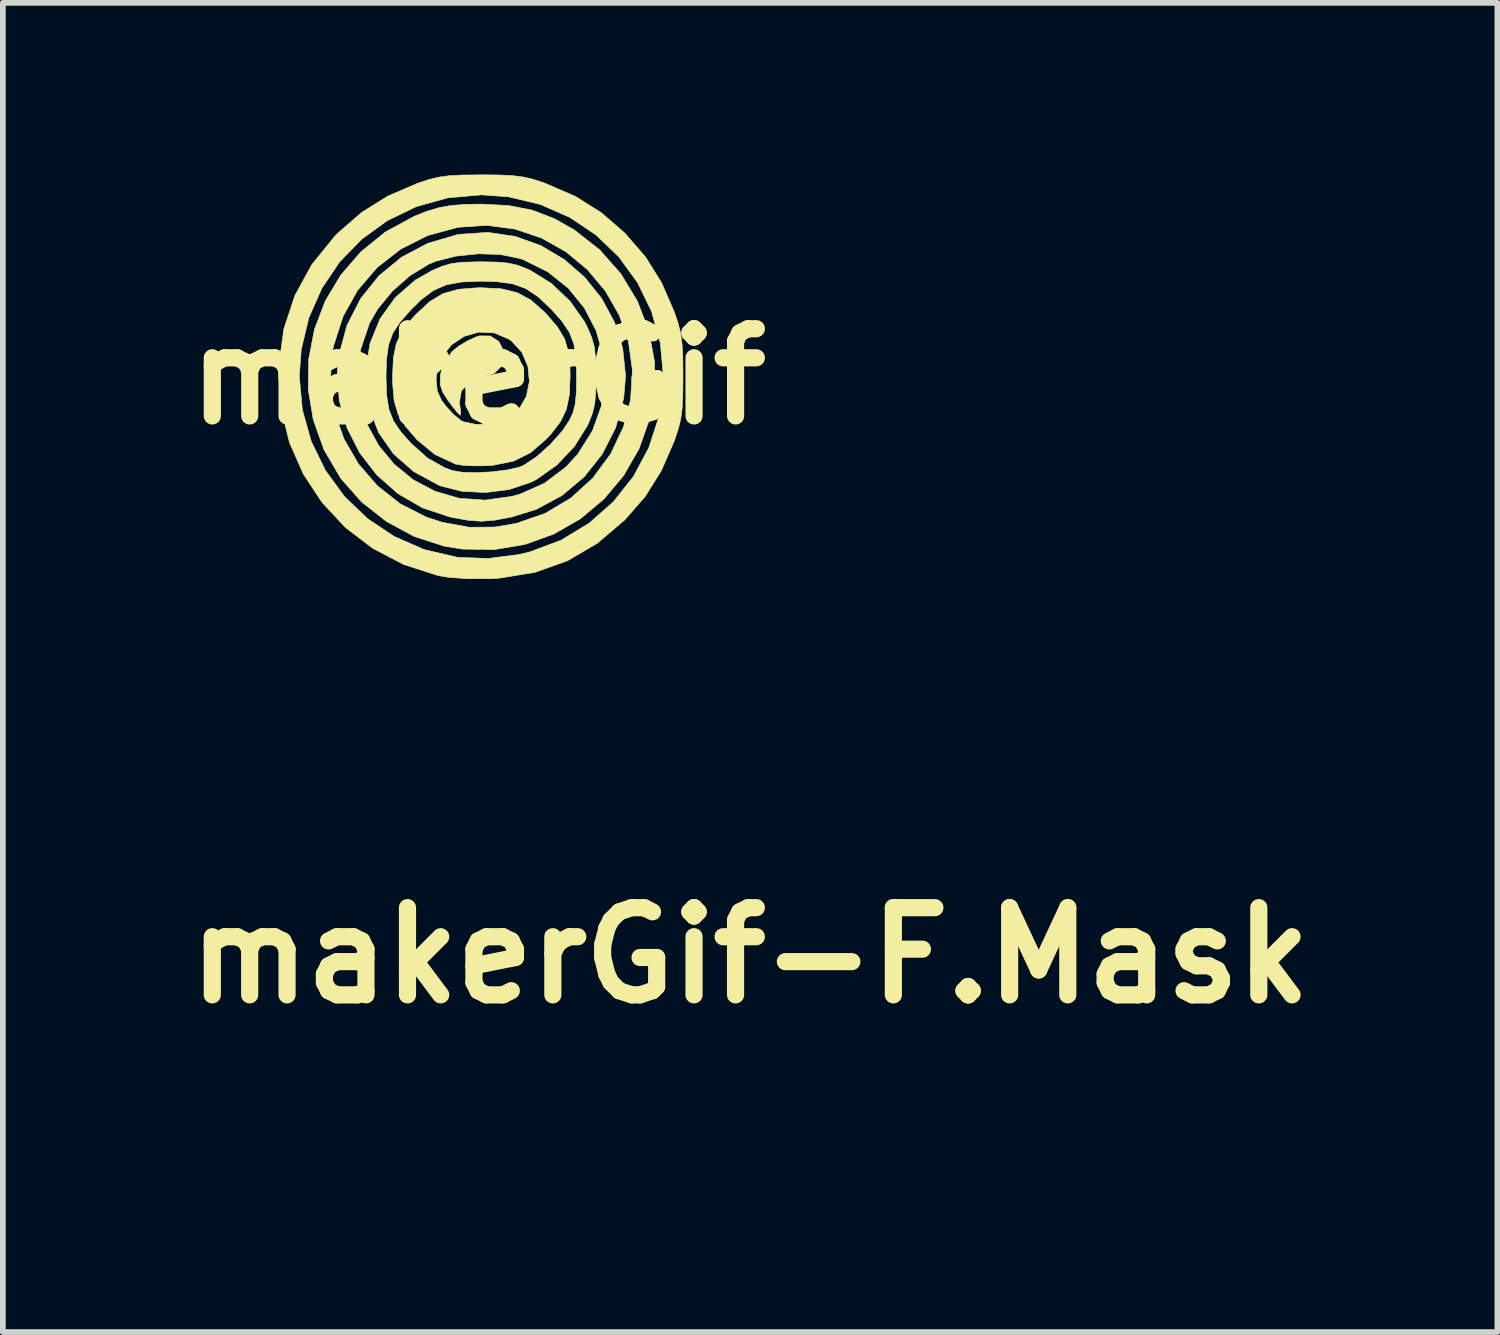
<source format=kicad_pcb>
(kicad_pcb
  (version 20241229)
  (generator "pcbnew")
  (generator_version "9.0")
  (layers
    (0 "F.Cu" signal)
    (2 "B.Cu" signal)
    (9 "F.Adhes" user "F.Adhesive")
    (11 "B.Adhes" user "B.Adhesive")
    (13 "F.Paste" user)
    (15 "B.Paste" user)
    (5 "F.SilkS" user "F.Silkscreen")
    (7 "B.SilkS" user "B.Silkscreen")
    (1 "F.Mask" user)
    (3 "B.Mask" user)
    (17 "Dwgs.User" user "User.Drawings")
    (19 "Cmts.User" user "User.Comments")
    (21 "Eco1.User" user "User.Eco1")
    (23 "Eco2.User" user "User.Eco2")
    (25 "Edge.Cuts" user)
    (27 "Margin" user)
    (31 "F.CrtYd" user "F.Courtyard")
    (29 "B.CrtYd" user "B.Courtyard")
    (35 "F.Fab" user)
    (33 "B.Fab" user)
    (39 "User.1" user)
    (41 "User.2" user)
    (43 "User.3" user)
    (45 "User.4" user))
  (footprint "makerGif"
    (layer "F.Cu")
    (at 5.305 3.529)
    (property "Reference" "makerGif" (at 0 0 0) (layer "F.SilkS") (effects (font (size 1.524 1.524) (thickness 0.3))))
    (attr through_hole)
    (fp_poly (pts (xy 0.212 -0.707) (xy 0.361 -0.613) (xy 0.444 -0.452) (xy 0.452 -0.374) (xy 0.411 -0.185) (xy 0.283 -0.056) (xy 0.06 0.02) (xy 0.042 0.024) (xy -0.165 0.106) (xy -0.293 0.255) (xy -0.327 0.453) (xy -0.319 0.509) (xy -0.303 0.626) (xy -0.311 0.677) (xy -0.312 0.677) (xy -0.357 0.636) (xy -0.444 0.529) (xy -0.513 0.437) (xy -0.619 0.272) (xy -0.663 0.138) (xy -0.659 -0.017) (xy -0.658 -0.027) (xy -0.625 -0.174) (xy -0.581 -0.263) (xy -0.568 -0.272) (xy -0.51 -0.338) (xy -0.507 -0.357) (xy -0.46 -0.431) (xy -0.343 -0.527) (xy -0.188 -0.621) (xy -0.03 -0.693) (xy 0.025 -0.71) (xy 0.212 -0.707)) (stroke (width 0.01) (type solid)) (fill yes) (layer "F.SilkS"))
    (fp_poly (pts (xy 0.406 -1.532) (xy 0.683 -1.465) (xy 0.921 -1.336) (xy 1.154 -1.132) (xy 1.193 -1.091) (xy 1.388 -0.864) (xy 1.513 -0.653) (xy 1.58 -0.42) (xy 1.606 -0.129) (xy 1.608 0) (xy 1.594 0.323) (xy 1.543 0.573) (xy 1.441 0.787) (xy 1.274 1.004) (xy 1.193 1.091) (xy 0.917 1.331) (xy 0.619 1.48) (xy 0.266 1.551) (xy 0.141 1.56) (xy -0.081 1.562) (xy -0.275 1.551) (xy -0.395 1.531) (xy -0.752 1.365) (xy -1.062 1.11) (xy -1.08 1.091) (xy -1.275 0.864) (xy -1.4 0.653) (xy -1.468 0.42) (xy -1.493 0.128) (xy -1.494 0.057) (xy -0.734 0.057) (xy -0.714 0.253) (xy -0.64 0.417) (xy -0.556 0.528) (xy -0.427 0.666) (xy -0.304 0.767) (xy -0.26 0.791) (xy -0.03 0.839) (xy 0.234 0.827) (xy 0.472 0.76) (xy 0.505 0.744) (xy 0.712 0.574) (xy 0.843 0.348) (xy 0.896 0.089) (xy 0.87 -0.176) (xy 0.766 -0.421) (xy 0.583 -0.622) (xy 0.541 -0.651) (xy 0.281 -0.762) (xy 0.013 -0.775) (xy -0.242 -0.702) (xy -0.464 -0.554) (xy -0.631 -0.343) (xy -0.723 -0.081) (xy -0.734 0.057) (xy -1.494 0.057) (xy -1.495 0) (xy -1.481 -0.323) (xy -1.43 -0.573) (xy -1.328 -0.787) (xy -1.161 -1.004) (xy -1.08 -1.091) (xy -0.845 -1.309) (xy -0.61 -1.449) (xy -0.342 -1.524) (xy -0.006 -1.55) (xy 0.056 -1.551) (xy 0.406 -1.532)) (stroke (width 0.01) (type solid)) (fill yes) (layer "F.SilkS"))
    (fp_poly (pts (xy 0.647 -2.448) (xy 1.095 -2.288) (xy 1.503 -2.046) (xy 1.861 -1.735) (xy 2.158 -1.365) (xy 2.384 -0.947) (xy 2.527 -0.491) (xy 2.577 -0.008) (xy 2.544 0.381) (xy 2.404 0.893) (xy 2.171 1.354) (xy 1.854 1.754) (xy 1.466 2.08) (xy 1.015 2.323) (xy 0.58 2.457) (xy 0.291 2.511) (xy 0.058 2.53) (xy -0.171 2.514) (xy -0.448 2.464) (xy -0.494 2.454) (xy -0.972 2.296) (xy -1.401 2.047) (xy -1.77 1.721) (xy -2.07 1.333) (xy -2.292 0.896) (xy -2.426 0.424) (xy -2.458 -0.014) (xy -2.108 -0.014) (xy -2.066 0.425) (xy -1.939 0.837) (xy -1.735 1.211) (xy -1.463 1.537) (xy -1.133 1.806) (xy -0.753 2.006) (xy -0.333 2.128) (xy 0.119 2.161) (xy 0.593 2.095) (xy 0.74 2.053) (xy 1.16 1.865) (xy 1.534 1.583) (xy 1.741 1.359) (xy 1.998 0.95) (xy 2.155 0.515) (xy 2.215 0.069) (xy 2.183 -0.375) (xy 2.063 -0.8) (xy 1.859 -1.194) (xy 1.576 -1.542) (xy 1.218 -1.829) (xy 0.79 -2.041) (xy 0.725 -2.063) (xy 0.393 -2.131) (xy 0.009 -2.144) (xy -0.383 -2.104) (xy -0.738 -2.014) (xy -0.86 -1.964) (xy -1.187 -1.765) (xy -1.497 -1.493) (xy -1.754 -1.181) (xy -1.897 -0.933) (xy -2.054 -0.47) (xy -2.108 -0.014) (xy -2.458 -0.014) (xy -2.462 -0.069) (xy -2.431 -0.381) (xy -2.29 -0.896) (xy -2.054 -1.359) (xy -1.734 -1.757) (xy -1.339 -2.084) (xy -0.879 -2.327) (xy -0.364 -2.478) (xy -0.325 -2.485) (xy 0.17 -2.518) (xy 0.647 -2.448)) (stroke (width 0.01) (type solid)) (fill yes) (layer "F.SilkS"))
    (fp_poly (pts (xy 0.535 -2.987) (xy 0.948 -2.906) (xy 1.332 -2.758) (xy 1.681 -2.561) (xy 2.125 -2.213) (xy 2.495 -1.793) (xy 2.784 -1.316) (xy 2.983 -0.798) (xy 3.083 -0.255) (xy 3.088 0.171) (xy 2.998 0.739) (xy 2.813 1.262) (xy 2.542 1.734) (xy 2.196 2.145) (xy 1.786 2.488) (xy 1.323 2.754) (xy 0.817 2.936) (xy 0.278 3.026) (xy -0.282 3.016) (xy -0.598 2.964) (xy -1.114 2.797) (xy -1.602 2.534) (xy -2.038 2.191) (xy -2.396 1.785) (xy -2.402 1.777) (xy -2.693 1.28) (xy -2.88 0.759) (xy -2.968 0.228) (xy -2.966 0.109) (xy -2.583 0.109) (xy -2.512 0.614) (xy -2.345 1.091) (xy -2.091 1.528) (xy -1.76 1.911) (xy -1.36 2.226) (xy -0.9 2.46) (xy -0.621 2.55) (xy -0.153 2.635) (xy 0.296 2.631) (xy 0.672 2.566) (xy 1.173 2.392) (xy 1.62 2.125) (xy 2.004 1.776) (xy 2.315 1.357) (xy 2.541 0.879) (xy 2.664 0.409) (xy 2.697 -0.107) (xy 2.628 -0.603) (xy 2.468 -1.069) (xy 2.225 -1.493) (xy 1.912 -1.866) (xy 1.537 -2.178) (xy 1.111 -2.418) (xy 0.645 -2.576) (xy 0.148 -2.641) (xy -0.353 -2.607) (xy -0.879 -2.464) (xy -1.353 -2.226) (xy -1.765 -1.904) (xy -2.105 -1.507) (xy -2.362 -1.046) (xy -2.527 -0.531) (xy -2.551 -0.409) (xy -2.583 0.109) (xy -2.966 0.109) (xy -2.96 -0.303) (xy -2.86 -0.821) (xy -2.673 -1.314) (xy -2.401 -1.77) (xy -2.05 -2.177) (xy -1.622 -2.524) (xy -1.122 -2.797) (xy -0.897 -2.886) (xy -0.683 -2.95) (xy -0.465 -2.989) (xy -0.205 -3.008) (xy 0.056 -3.012) (xy 0.535 -2.987)) (stroke (width 0.01) (type solid)) (fill yes) (layer "F.SilkS"))
    (fp_poly (pts (xy 0.33 -1.999) (xy 0.529 -1.981) (xy 0.693 -1.943) (xy 0.859 -1.878) (xy 0.914 -1.853) (xy 1.28 -1.626) (xy 1.605 -1.317) (xy 1.858 -0.959) (xy 1.91 -0.858) (xy 1.984 -0.683) (xy 2.029 -0.523) (xy 2.052 -0.338) (xy 2.06 -0.09) (xy 2.06 0) (xy 2.056 0.274) (xy 2.038 0.473) (xy 2 0.637) (xy 1.935 0.803) (xy 1.91 0.858) (xy 1.683 1.223) (xy 1.376 1.547) (xy 1.019 1.799) (xy 0.914 1.852) (xy 0.541 1.976) (xy 0.128 2.028) (xy -0.284 2.007) (xy -0.655 1.913) (xy -0.687 1.9) (xy -1.125 1.662) (xy -1.477 1.354) (xy -1.737 0.983) (xy -1.902 0.558) (xy -1.968 0.084) (xy -1.967 0) (xy -1.609 0) (xy -1.599 0.325) (xy -1.56 0.572) (xy -1.48 0.777) (xy -1.345 0.975) (xy -1.165 1.176) (xy -0.881 1.428) (xy -0.583 1.595) (xy -0.452 1.644) (xy -0.273 1.674) (xy -0.027 1.68) (xy 0.248 1.666) (xy 0.509 1.633) (xy 0.719 1.585) (xy 0.79 1.556) (xy 1.022 1.403) (xy 1.263 1.187) (xy 1.475 0.948) (xy 1.599 0.762) (xy 1.66 0.629) (xy 1.697 0.482) (xy 1.716 0.29) (xy 1.721 0.019) (xy 1.721 0) (xy 1.712 -0.324) (xy 1.673 -0.572) (xy 1.593 -0.777) (xy 1.458 -0.975) (xy 1.278 -1.176) (xy 1.05 -1.392) (xy 0.836 -1.535) (xy 0.602 -1.62) (xy 0.314 -1.658) (xy 0.056 -1.665) (xy -0.29 -1.651) (xy -0.559 -1.601) (xy -0.784 -1.502) (xy -0.999 -1.339) (xy -1.165 -1.176) (xy -1.361 -0.955) (xy -1.49 -0.758) (xy -1.566 -0.551) (xy -1.601 -0.297) (xy -1.609 0) (xy -1.967 0) (xy -1.966 -0.103) (xy -1.889 -0.577) (xy -1.714 -1.007) (xy -1.447 -1.38) (xy -1.096 -1.685) (xy -0.801 -1.853) (xy -0.627 -1.927) (xy -0.467 -1.973) (xy -0.282 -1.996) (xy -0.034 -2.003) (xy 0.056 -2.004) (xy 0.33 -1.999)) (stroke (width 0.01) (type solid)) (fill yes) (layer "F.SilkS"))
    (fp_poly (pts (xy 0.372 -3.521) (xy 0.607 -3.509) (xy 0.795 -3.485) (xy 0.968 -3.444) (xy 1.158 -3.381) (xy 1.176 -3.374) (xy 1.701 -3.147) (xy 2.154 -2.862) (xy 2.563 -2.506) (xy 2.924 -2.09) (xy 3.208 -1.636) (xy 3.431 -1.12) (xy 3.496 -0.926) (xy 3.539 -0.753) (xy 3.564 -0.567) (xy 3.577 -0.337) (xy 3.58 -0.03) (xy 3.58 0) (xy 3.577 0.315) (xy 3.566 0.551) (xy 3.542 0.738) (xy 3.5 0.911) (xy 3.437 1.102) (xy 3.431 1.12) (xy 3.203 1.645) (xy 2.919 2.098) (xy 2.563 2.506) (xy 2.082 2.916) (xy 1.562 3.22) (xy 0.997 3.422) (xy 0.382 3.523) (xy 0.198 3.534) (xy -0.192 3.534) (xy -0.533 3.507) (xy -0.708 3.477) (xy -1.303 3.285) (xy -1.843 3.002) (xy -2.32 2.638) (xy -2.726 2.202) (xy -3.054 1.705) (xy -3.295 1.158) (xy -3.442 0.57) (xy -3.484 0) (xy -3.125 0) (xy -3.071 0.583) (xy -2.916 1.134) (xy -2.669 1.641) (xy -2.338 2.094) (xy -1.934 2.483) (xy -1.466 2.796) (xy -0.942 3.025) (xy -0.372 3.157) (xy -0.339 3.162) (xy 0.179 3.18) (xy 0.715 3.111) (xy 0.903 3.066) (xy 1.45 2.861) (xy 1.94 2.564) (xy 2.365 2.189) (xy 2.716 1.745) (xy 2.983 1.246) (xy 3.16 0.701) (xy 3.235 0.123) (xy 3.238 0) (xy 3.184 -0.586) (xy 3.031 -1.136) (xy 2.787 -1.639) (xy 2.461 -2.087) (xy 2.063 -2.471) (xy 1.602 -2.78) (xy 1.088 -3.006) (xy 0.529 -3.14) (xy 0.056 -3.174) (xy -0.531 -3.121) (xy -1.082 -2.968) (xy -1.586 -2.724) (xy -2.035 -2.399) (xy -2.42 -2.002) (xy -2.73 -1.542) (xy -2.957 -1.029) (xy -3.091 -0.471) (xy -3.125 0) (xy -3.484 0) (xy -3.487 -0.047) (xy -3.482 -0.203) (xy -3.394 -0.832) (xy -3.201 -1.416) (xy -2.906 -1.955) (xy -2.508 -2.447) (xy -2.45 -2.506) (xy -2.034 -2.868) (xy -1.58 -3.151) (xy -1.063 -3.374) (xy -0.869 -3.439) (xy -0.696 -3.482) (xy -0.511 -3.508) (xy -0.281 -3.52) (xy 0.027 -3.523) (xy 0.056 -3.524) (xy 0.372 -3.521)) (stroke (width 0.01) (type solid)) (fill yes) (layer "F.SilkS")))
  (footprint "makerGif-F.Mask"
    (layer "F.Cu")
    (at 10.058 13.646)
    (property "Reference" "makerGif-F.Mask" (at 0 0 0) (layer "F.SilkS") (effects (font (size 1.524 1.524) (thickness 0.3))))
    (attr through_hole)
    (fp_poly (pts (xy 0.162 -0.747) (xy 0.372 -0.673) (xy 0.554 -0.536) (xy 0.69 -0.339) (xy 0.704 -0.308) (xy 0.76 -0.082) (xy 0.743 0.135) (xy 0.664 0.334) (xy 0.534 0.502) (xy 0.363 0.63) (xy 0.164 0.706) (xy -0.054 0.719) (xy -0.275 0.66) (xy -0.476 0.528) (xy -0.618 0.351) (xy -0.65 0.267) (xy -0.331 0.267) (xy -0.323 0.312) (xy -0.257 0.42) (xy -0.139 0.483) (xy 0.011 0.502) (xy 0.172 0.475) (xy 0.325 0.402) (xy 0.397 0.342) (xy 0.476 0.251) (xy 0.516 0.162) (xy 0.529 0.037) (xy 0.529 -0.021) (xy 0.523 -0.166) (xy 0.494 -0.263) (xy 0.43 -0.351) (xy 0.392 -0.39) (xy 0.254 -0.528) (xy 0.254 -0.375) (xy 0.233 -0.243) (xy 0.162 -0.152) (xy 0.027 -0.087) (xy -0.058 -0.064) (xy -0.216 0.008) (xy -0.309 0.122) (xy -0.331 0.267) (xy -0.65 0.267) (xy -0.698 0.143) (xy -0.714 -0.079) (xy -0.662 -0.298) (xy -0.54 -0.497) (xy -0.481 -0.558) (xy -0.282 -0.693) (xy -0.062 -0.755) (xy 0.162 -0.747)) (stroke (width 0.01) (type solid)) (fill yes) (layer "F.Mask"))
    (fp_poly (pts (xy 0.46 -1.587) (xy 0.811 -1.449) (xy 0.919 -1.389) (xy 1.206 -1.169) (xy 1.435 -0.888) (xy 1.602 -0.553) (xy 1.694 -0.224) (xy 1.716 0.095) (xy 1.664 0.426) (xy 1.545 0.75) (xy 1.363 1.047) (xy 1.262 1.168) (xy 0.996 1.397) (xy 0.677 1.572) (xy 0.378 1.67) (xy 0.18 1.712) (xy 0.026 1.728) (xy -0.12 1.718) (xy -0.294 1.682) (xy -0.318 1.677) (xy -0.682 1.548) (xy -0.999 1.354) (xy -1.261 1.101) (xy -1.461 0.796) (xy -1.59 0.459) (xy -1.648 0.086) (xy -1.644 0.033) (xy -1.1 0.033) (xy -1.093 0.23) (xy -1.065 0.381) (xy -1.009 0.523) (xy -0.997 0.547) (xy -0.829 0.793) (xy -0.61 0.983) (xy -0.355 1.113) (xy -0.078 1.178) (xy 0.205 1.171) (xy 0.482 1.088) (xy 0.488 1.086) (xy 0.752 0.921) (xy 0.955 0.709) (xy 1.096 0.462) (xy 1.171 0.192) (xy 1.177 -0.088) (xy 1.112 -0.366) (xy 0.971 -0.629) (xy 0.903 -0.716) (xy 0.689 -0.915) (xy 0.443 -1.04) (xy 0.155 -1.096) (xy 0.031 -1.101) (xy -0.293 -1.065) (xy -0.569 -0.961) (xy -0.793 -0.793) (xy -0.96 -0.568) (xy -1.064 -0.29) (xy -1.1 0.033) (xy -1.644 0.033) (xy -1.623 -0.277) (xy -1.518 -0.622) (xy -1.334 -0.941) (xy -1.198 -1.105) (xy -0.912 -1.353) (xy -0.594 -1.526) (xy -0.252 -1.624) (xy 0.103 -1.644) (xy 0.46 -1.587)) (stroke (width 0.01) (type solid)) (fill yes) (layer "F.Mask"))
    (fp_poly (pts (xy 0.339 -2.623) (xy 0.611 -2.572) (xy 0.906 -2.484) (xy 1.192 -2.371) (xy 1.436 -2.244) (xy 1.5 -2.203) (xy 1.852 -1.914) (xy 2.146 -1.574) (xy 2.38 -1.195) (xy 2.551 -0.786) (xy 2.654 -0.359) (xy 2.686 0.076) (xy 2.644 0.508) (xy 2.524 0.927) (xy 2.517 0.946) (xy 2.298 1.388) (xy 2.021 1.772) (xy 1.69 2.094) (xy 1.311 2.351) (xy 0.89 2.539) (xy 0.43 2.653) (xy 0.318 2.668) (xy 0.157 2.687) (xy 0.032 2.699) (xy -0.036 2.704) (xy -0.042 2.703) (xy -0.092 2.696) (xy -0.202 2.681) (xy -0.339 2.664) (xy -0.78 2.568) (xy -1.193 2.395) (xy -1.572 2.152) (xy -1.909 1.845) (xy -2.196 1.48) (xy -2.425 1.062) (xy -2.474 0.946) (xy -2.598 0.528) (xy -2.643 0.096) (xy -2.638 0.021) (xy -2.116 0.021) (xy -2.076 0.414) (xy -1.965 0.784) (xy -1.789 1.124) (xy -1.558 1.428) (xy -1.281 1.688) (xy -0.965 1.898) (xy -0.62 2.05) (xy -0.254 2.139) (xy 0.124 2.157) (xy 0.505 2.097) (xy 0.506 2.097) (xy 0.917 1.946) (xy 1.28 1.726) (xy 1.591 1.445) (xy 1.842 1.108) (xy 2.029 0.721) (xy 2.097 0.506) (xy 2.157 0.125) (xy 2.139 -0.253) (xy 2.051 -0.619) (xy 1.898 -0.964) (xy 1.689 -1.28) (xy 1.429 -1.558) (xy 1.125 -1.789) (xy 0.785 -1.964) (xy 0.415 -2.076) (xy 0.022 -2.116) (xy 0.021 -2.116) (xy -0.376 -2.075) (xy -0.753 -1.959) (xy -1.101 -1.777) (xy -1.411 -1.536) (xy -1.675 -1.245) (xy -1.885 -0.913) (xy -2.032 -0.548) (xy -2.107 -0.159) (xy -2.116 0.021) (xy -2.638 0.021) (xy -2.614 -0.339) (xy -2.515 -0.766) (xy -2.348 -1.176) (xy -2.117 -1.557) (xy -1.825 -1.899) (xy -1.476 -2.191) (xy -1.458 -2.203) (xy -1.127 -2.387) (xy -0.746 -2.524) (xy -0.338 -2.61) (xy 0.073 -2.639) (xy 0.339 -2.623)) (stroke (width 0.01) (type solid)) (fill yes) (layer "F.Mask"))
    (fp_poly (pts (xy 0.268 -3.572) (xy 0.471 -3.566) (xy 0.63 -3.553) (xy 0.765 -3.531) (xy 0.896 -3.499) (xy 0.972 -3.476) (xy 1.507 -3.269) (xy 1.994 -2.995) (xy 2.428 -2.659) (xy 2.804 -2.265) (xy 3.118 -1.818) (xy 3.367 -1.321) (xy 3.497 -0.953) (xy 3.534 -0.769) (xy 3.56 -0.525) (xy 3.574 -0.24) (xy 3.577 0.062) (xy 3.568 0.36) (xy 3.548 0.632) (xy 3.515 0.855) (xy 3.498 0.931) (xy 3.342 1.37) (xy 3.116 1.805) (xy 2.836 2.214) (xy 2.514 2.578) (xy 2.31 2.763) (xy 2.041 2.959) (xy 1.726 3.148) (xy 1.397 3.312) (xy 1.085 3.435) (xy 0.982 3.466) (xy 0.734 3.518) (xy 0.431 3.555) (xy 0.104 3.575) (xy -0.219 3.578) (xy -0.508 3.56) (xy -0.529 3.557) (xy -0.953 3.47) (xy -1.386 3.311) (xy -1.81 3.09) (xy -2.206 2.816) (xy -2.444 2.609) (xy -2.782 2.256) (xy -3.05 1.897) (xy -3.26 1.511) (xy -3.426 1.079) (xy -3.455 0.987) (xy -3.501 0.824) (xy -3.532 0.68) (xy -3.552 0.532) (xy -3.562 0.357) (xy -3.566 0.135) (xy -3.043 0.135) (xy -2.992 0.58) (xy -2.886 1.006) (xy -2.728 1.39) (xy -2.679 1.482) (xy -2.386 1.908) (xy -2.036 2.276) (xy -1.635 2.579) (xy -1.19 2.813) (xy -0.759 2.961) (xy -0.465 3.015) (xy -0.125 3.042) (xy 0.229 3.04) (xy 0.562 3.009) (xy 0.699 2.985) (xy 1.137 2.851) (xy 1.553 2.643) (xy 1.939 2.368) (xy 2.284 2.036) (xy 2.578 1.655) (xy 2.811 1.235) (xy 2.888 1.049) (xy 2.945 0.886) (xy 2.985 0.742) (xy 3.01 0.593) (xy 3.027 0.412) (xy 3.038 0.174) (xy 3.038 0.157) (xy 3.043 -0.185) (xy 3.028 -0.468) (xy 2.989 -0.718) (xy 2.922 -0.959) (xy 2.838 -1.181) (xy 2.627 -1.59) (xy 2.347 -1.974) (xy 2.012 -2.318) (xy 1.636 -2.602) (xy 1.581 -2.637) (xy 1.235 -2.818) (xy 0.878 -2.941) (xy 0.487 -3.014) (xy 0.138 -3.039) (xy -0.262 -3.038) (xy -0.606 -3.002) (xy -0.919 -2.928) (xy -1.225 -2.81) (xy -1.295 -2.777) (xy -1.741 -2.516) (xy -2.13 -2.195) (xy -2.458 -1.817) (xy -2.721 -1.39) (xy -2.914 -0.917) (xy -2.969 -0.721) (xy -3.036 -0.306) (xy -3.043 0.135) (xy -3.566 0.135) (xy -3.566 0.131) (xy -3.566 0) (xy -3.565 -0.258) (xy -3.557 -0.454) (xy -3.543 -0.612) (xy -3.517 -0.755) (xy -3.478 -0.906) (xy -3.455 -0.986) (xy -3.255 -1.515) (xy -2.986 -1.996) (xy -2.652 -2.423) (xy -2.256 -2.796) (xy -1.799 -3.109) (xy -1.466 -3.282) (xy -1.222 -3.389) (xy -1.012 -3.467) (xy -0.812 -3.519) (xy -0.598 -3.551) (xy -0.349 -3.568) (xy -0.041 -3.573) (xy 0 -3.573) (xy 0.268 -3.572)) (stroke (width 0.01) (type solid)) (fill yes) (layer "F.Mask")))
  (gr_rect
    (start -3 -3)
    (end 23.117 20.228)
    (stroke (width 0.1) (type default))
    (fill no)
    (layer "Edge.Cuts")))
</source>
